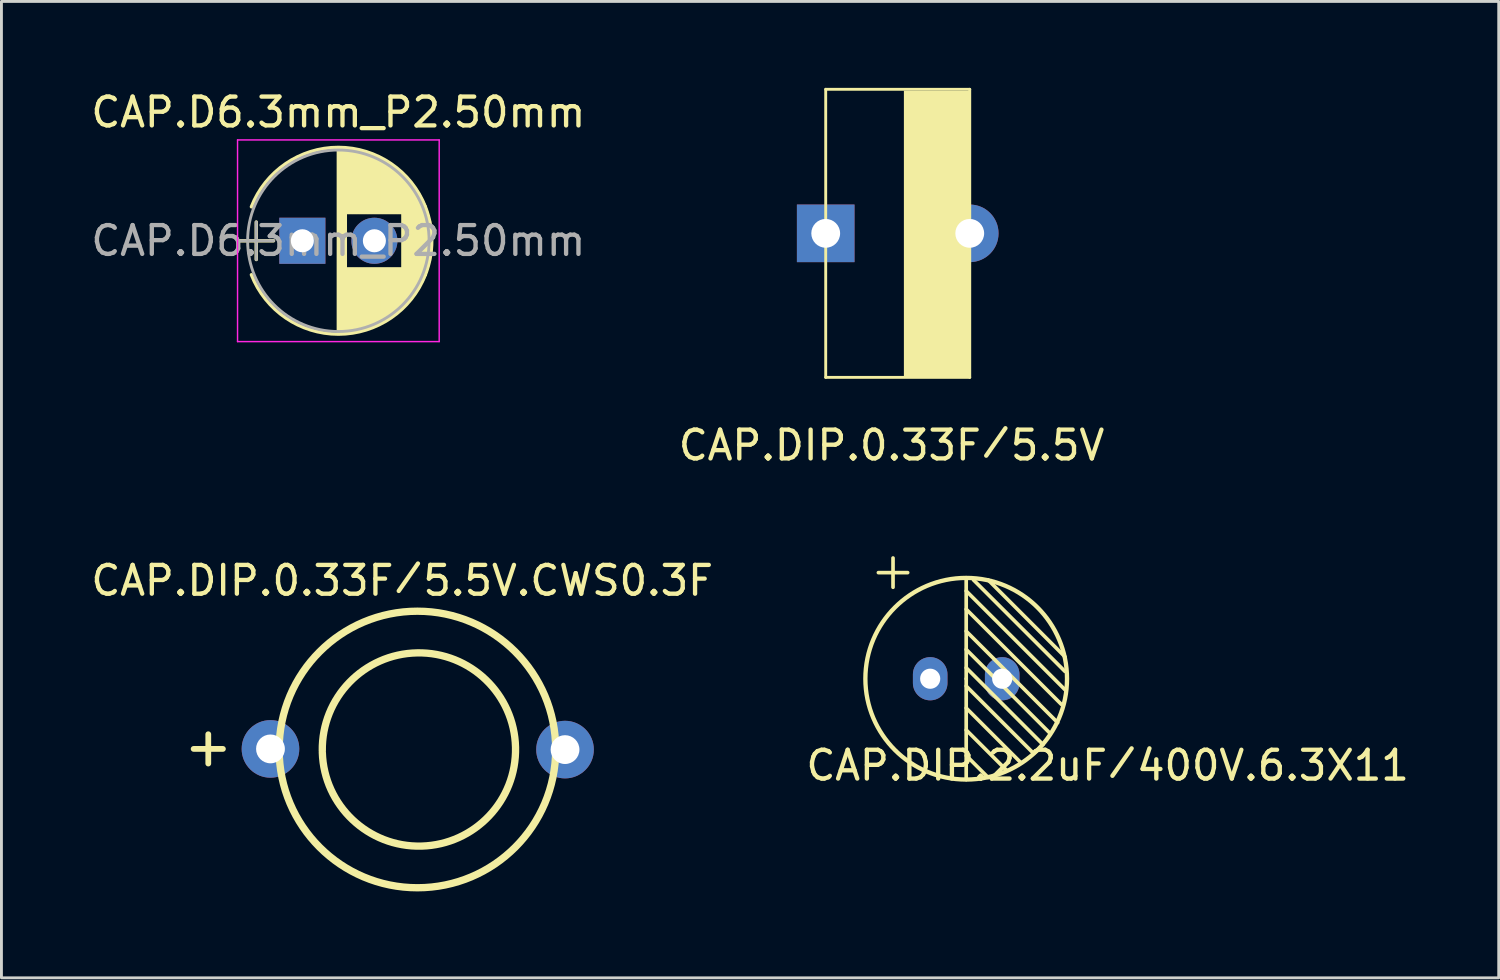
<source format=kicad_pcb>
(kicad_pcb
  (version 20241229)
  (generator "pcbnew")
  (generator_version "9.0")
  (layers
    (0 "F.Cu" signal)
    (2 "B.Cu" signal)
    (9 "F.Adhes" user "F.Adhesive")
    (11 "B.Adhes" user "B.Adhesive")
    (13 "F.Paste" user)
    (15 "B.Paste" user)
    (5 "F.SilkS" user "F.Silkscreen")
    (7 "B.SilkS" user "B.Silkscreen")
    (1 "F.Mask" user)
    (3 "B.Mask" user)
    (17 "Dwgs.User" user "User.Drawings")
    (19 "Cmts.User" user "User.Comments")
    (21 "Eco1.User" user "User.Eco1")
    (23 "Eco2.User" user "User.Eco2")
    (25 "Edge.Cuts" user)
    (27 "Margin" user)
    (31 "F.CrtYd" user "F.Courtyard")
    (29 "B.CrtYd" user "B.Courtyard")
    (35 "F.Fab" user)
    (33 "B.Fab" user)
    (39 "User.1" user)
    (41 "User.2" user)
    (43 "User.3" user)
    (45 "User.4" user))
  (footprint "CAP.DIP.0.33F／5.5V.CWS0.3F"
    (layer "F.Cu")
    (at 11.038 22.883)
    (property "Reference" "CAP.DIP.0.33F／5.5V.CWS0.3F" (at -0.127 -5.779 0) (layer "F.SilkS") (effects (font (size 1 1) (thickness 0.15))))
    (attr through_hole)
    (fp_line (start -7.366 0.064) (end -6.35 0.064) (stroke (width 0.2) (type solid)) (layer "F.SilkS"))
    (fp_line (start -6.858 0.572) (end -6.858 -0.445) (stroke (width 0.2) (type solid)) (layer "F.SilkS"))
    (fp_arc (start -2.900193 0.134497) (mid 3.807822 0.014481) (end -2.899044 0.187177) (stroke (width 0.254) (type solid)) (layer "F.SilkS"))
    (fp_circle (center 0.402 0.084) (end 5.202 0.084) (stroke (width 0.254) (type solid)) (fill no) (layer "F.SilkS"))
    (pad "1" thru_hole circle (at -4.699 0.064 180) (size 2 2) (drill 1) (layers "*.Cu" "*.Mask"))
    (pad "2" thru_hole circle (at 5.526 0.088 180) (size 2 2) (drill 1) (layers "*.Cu" "*.Mask")))
  (footprint "CAP.DIP.0.33F／5.5V"
    (layer "F.Cu")
    (at 27.556 5.329)
    (property "Reference" "CAP.DIP.0.33F／5.5V" (at 0.343 7.079 0) (layer "F.SilkS") (effects (font (size 1 1) (thickness 0.15))))
    (attr through_hole)
    (fp_line (start -1.943 -5.279) (end 3.057 -5.279) (stroke (width 0.1) (type solid)) (layer "F.SilkS"))
    (fp_line (start -1.943 4.721) (end -1.943 -5.279) (stroke (width 0.1) (type solid)) (layer "F.SilkS"))
    (fp_line (start -1.943 4.721) (end 3.057 4.721) (stroke (width 0.1) (type solid)) (layer "F.SilkS"))
    (fp_line (start 3.057 4.721) (end 3.057 -5.279) (stroke (width 0.1) (type solid)) (layer "F.SilkS"))
    (fp_poly (pts (xy 0.771 4.721) (xy 3.057 4.721) (xy 3.057 -5.232) (xy 0.771 -5.232)) (stroke (width 0) (type solid)) (fill yes) (layer "F.SilkS"))
    (pad "1" thru_hole rect (at -1.943 -0.279) (size 2 2) (drill 1) (layers "*.Cu" "*.Mask"))
    (pad "2" thru_hole circle (at 3.057 -0.279) (size 2 2) (drill 1) (layers "*.Cu" "*.Mask")))
  (footprint "CAP.D6.3mm_P2.50mm"
    (layer "F.Cu")
    (at 7.446 5.308)
    (property "Reference" "CAP.D6.3mm_P2.50mm" (at 1.25 -4.46 0) (layer "F.SilkS") (effects (font (size 1 1) (thickness 0.15))))
    (attr through_hole)
    (fp_line (start -2.2 0) (end -1 0) (stroke (width 0.12) (type solid)) (layer "F.SilkS"))
    (fp_line (start -1.6 -0.65) (end -1.6 0.65) (stroke (width 0.12) (type solid)) (layer "F.SilkS"))
    (fp_line (start 1.25 -3.2) (end 1.25 3.2) (stroke (width 0.12) (type solid)) (layer "F.SilkS"))
    (fp_line (start 1.29 -3.2) (end 1.29 3.2) (stroke (width 0.12) (type solid)) (layer "F.SilkS"))
    (fp_line (start 1.33 -3.2) (end 1.33 3.2) (stroke (width 0.12) (type solid)) (layer "F.SilkS"))
    (fp_line (start 1.37 -3.198) (end 1.37 3.198) (stroke (width 0.12) (type solid)) (layer "F.SilkS"))
    (fp_line (start 1.41 -3.197) (end 1.41 3.197) (stroke (width 0.12) (type solid)) (layer "F.SilkS"))
    (fp_line (start 1.45 -3.194) (end 1.45 3.194) (stroke (width 0.12) (type solid)) (layer "F.SilkS"))
    (fp_line (start 1.49 -3.192) (end 1.49 3.192) (stroke (width 0.12) (type solid)) (layer "F.SilkS"))
    (fp_line (start 1.53 -3.188) (end 1.53 -0.98) (stroke (width 0.12) (type solid)) (layer "F.SilkS"))
    (fp_line (start 1.53 0.98) (end 1.53 3.188) (stroke (width 0.12) (type solid)) (layer "F.SilkS"))
    (fp_line (start 1.57 -3.185) (end 1.57 -0.98) (stroke (width 0.12) (type solid)) (layer "F.SilkS"))
    (fp_line (start 1.57 0.98) (end 1.57 3.185) (stroke (width 0.12) (type solid)) (layer "F.SilkS"))
    (fp_line (start 1.61 -3.18) (end 1.61 -0.98) (stroke (width 0.12) (type solid)) (layer "F.SilkS"))
    (fp_line (start 1.61 0.98) (end 1.61 3.18) (stroke (width 0.12) (type solid)) (layer "F.SilkS"))
    (fp_line (start 1.65 -3.176) (end 1.65 -0.98) (stroke (width 0.12) (type solid)) (layer "F.SilkS"))
    (fp_line (start 1.65 0.98) (end 1.65 3.176) (stroke (width 0.12) (type solid)) (layer "F.SilkS"))
    (fp_line (start 1.69 -3.17) (end 1.69 -0.98) (stroke (width 0.12) (type solid)) (layer "F.SilkS"))
    (fp_line (start 1.69 0.98) (end 1.69 3.17) (stroke (width 0.12) (type solid)) (layer "F.SilkS"))
    (fp_line (start 1.73 -3.165) (end 1.73 -0.98) (stroke (width 0.12) (type solid)) (layer "F.SilkS"))
    (fp_line (start 1.73 0.98) (end 1.73 3.165) (stroke (width 0.12) (type solid)) (layer "F.SilkS"))
    (fp_line (start 1.77 -3.158) (end 1.77 -0.98) (stroke (width 0.12) (type solid)) (layer "F.SilkS"))
    (fp_line (start 1.77 0.98) (end 1.77 3.158) (stroke (width 0.12) (type solid)) (layer "F.SilkS"))
    (fp_line (start 1.81 -3.152) (end 1.81 -0.98) (stroke (width 0.12) (type solid)) (layer "F.SilkS"))
    (fp_line (start 1.81 0.98) (end 1.81 3.152) (stroke (width 0.12) (type solid)) (layer "F.SilkS"))
    (fp_line (start 1.85 -3.144) (end 1.85 -0.98) (stroke (width 0.12) (type solid)) (layer "F.SilkS"))
    (fp_line (start 1.85 0.98) (end 1.85 3.144) (stroke (width 0.12) (type solid)) (layer "F.SilkS"))
    (fp_line (start 1.89 -3.137) (end 1.89 -0.98) (stroke (width 0.12) (type solid)) (layer "F.SilkS"))
    (fp_line (start 1.89 0.98) (end 1.89 3.137) (stroke (width 0.12) (type solid)) (layer "F.SilkS"))
    (fp_line (start 1.93 -3.128) (end 1.93 -0.98) (stroke (width 0.12) (type solid)) (layer "F.SilkS"))
    (fp_line (start 1.93 0.98) (end 1.93 3.128) (stroke (width 0.12) (type solid)) (layer "F.SilkS"))
    (fp_line (start 1.971 -3.119) (end 1.971 -0.98) (stroke (width 0.12) (type solid)) (layer "F.SilkS"))
    (fp_line (start 1.971 0.98) (end 1.971 3.119) (stroke (width 0.12) (type solid)) (layer "F.SilkS"))
    (fp_line (start 2.011 -3.11) (end 2.011 -0.98) (stroke (width 0.12) (type solid)) (layer "F.SilkS"))
    (fp_line (start 2.011 0.98) (end 2.011 3.11) (stroke (width 0.12) (type solid)) (layer "F.SilkS"))
    (fp_line (start 2.051 -3.1) (end 2.051 -0.98) (stroke (width 0.12) (type solid)) (layer "F.SilkS"))
    (fp_line (start 2.051 0.98) (end 2.051 3.1) (stroke (width 0.12) (type solid)) (layer "F.SilkS"))
    (fp_line (start 2.091 -3.09) (end 2.091 -0.98) (stroke (width 0.12) (type solid)) (layer "F.SilkS"))
    (fp_line (start 2.091 0.98) (end 2.091 3.09) (stroke (width 0.12) (type solid)) (layer "F.SilkS"))
    (fp_line (start 2.131 -3.079) (end 2.131 -0.98) (stroke (width 0.12) (type solid)) (layer "F.SilkS"))
    (fp_line (start 2.131 0.98) (end 2.131 3.079) (stroke (width 0.12) (type solid)) (layer "F.SilkS"))
    (fp_line (start 2.171 -3.067) (end 2.171 -0.98) (stroke (width 0.12) (type solid)) (layer "F.SilkS"))
    (fp_line (start 2.171 0.98) (end 2.171 3.067) (stroke (width 0.12) (type solid)) (layer "F.SilkS"))
    (fp_line (start 2.211 -3.055) (end 2.211 -0.98) (stroke (width 0.12) (type solid)) (layer "F.SilkS"))
    (fp_line (start 2.211 0.98) (end 2.211 3.055) (stroke (width 0.12) (type solid)) (layer "F.SilkS"))
    (fp_line (start 2.251 -3.042) (end 2.251 -0.98) (stroke (width 0.12) (type solid)) (layer "F.SilkS"))
    (fp_line (start 2.251 0.98) (end 2.251 3.042) (stroke (width 0.12) (type solid)) (layer "F.SilkS"))
    (fp_line (start 2.291 -3.029) (end 2.291 -0.98) (stroke (width 0.12) (type solid)) (layer "F.SilkS"))
    (fp_line (start 2.291 0.98) (end 2.291 3.029) (stroke (width 0.12) (type solid)) (layer "F.SilkS"))
    (fp_line (start 2.331 -3.015) (end 2.331 -0.98) (stroke (width 0.12) (type solid)) (layer "F.SilkS"))
    (fp_line (start 2.331 0.98) (end 2.331 3.015) (stroke (width 0.12) (type solid)) (layer "F.SilkS"))
    (fp_line (start 2.371 -3.001) (end 2.371 -0.98) (stroke (width 0.12) (type solid)) (layer "F.SilkS"))
    (fp_line (start 2.371 0.98) (end 2.371 3.001) (stroke (width 0.12) (type solid)) (layer "F.SilkS"))
    (fp_line (start 2.411 -2.986) (end 2.411 -0.98) (stroke (width 0.12) (type solid)) (layer "F.SilkS"))
    (fp_line (start 2.411 0.98) (end 2.411 2.986) (stroke (width 0.12) (type solid)) (layer "F.SilkS"))
    (fp_line (start 2.451 -2.97) (end 2.451 -0.98) (stroke (width 0.12) (type solid)) (layer "F.SilkS"))
    (fp_line (start 2.451 0.98) (end 2.451 2.97) (stroke (width 0.12) (type solid)) (layer "F.SilkS"))
    (fp_line (start 2.491 -2.954) (end 2.491 -0.98) (stroke (width 0.12) (type solid)) (layer "F.SilkS"))
    (fp_line (start 2.491 0.98) (end 2.491 2.954) (stroke (width 0.12) (type solid)) (layer "F.SilkS"))
    (fp_line (start 2.531 -2.937) (end 2.531 -0.98) (stroke (width 0.12) (type solid)) (layer "F.SilkS"))
    (fp_line (start 2.531 0.98) (end 2.531 2.937) (stroke (width 0.12) (type solid)) (layer "F.SilkS"))
    (fp_line (start 2.571 -2.919) (end 2.571 -0.98) (stroke (width 0.12) (type solid)) (layer "F.SilkS"))
    (fp_line (start 2.571 0.98) (end 2.571 2.919) (stroke (width 0.12) (type solid)) (layer "F.SilkS"))
    (fp_line (start 2.611 -2.901) (end 2.611 -0.98) (stroke (width 0.12) (type solid)) (layer "F.SilkS"))
    (fp_line (start 2.611 0.98) (end 2.611 2.901) (stroke (width 0.12) (type solid)) (layer "F.SilkS"))
    (fp_line (start 2.651 -2.882) (end 2.651 -0.98) (stroke (width 0.12) (type solid)) (layer "F.SilkS"))
    (fp_line (start 2.651 0.98) (end 2.651 2.882) (stroke (width 0.12) (type solid)) (layer "F.SilkS"))
    (fp_line (start 2.691 -2.863) (end 2.691 -0.98) (stroke (width 0.12) (type solid)) (layer "F.SilkS"))
    (fp_line (start 2.691 0.98) (end 2.691 2.863) (stroke (width 0.12) (type solid)) (layer "F.SilkS"))
    (fp_line (start 2.731 -2.843) (end 2.731 -0.98) (stroke (width 0.12) (type solid)) (layer "F.SilkS"))
    (fp_line (start 2.731 0.98) (end 2.731 2.843) (stroke (width 0.12) (type solid)) (layer "F.SilkS"))
    (fp_line (start 2.771 -2.822) (end 2.771 -0.98) (stroke (width 0.12) (type solid)) (layer "F.SilkS"))
    (fp_line (start 2.771 0.98) (end 2.771 2.822) (stroke (width 0.12) (type solid)) (layer "F.SilkS"))
    (fp_line (start 2.811 -2.8) (end 2.811 -0.98) (stroke (width 0.12) (type solid)) (layer "F.SilkS"))
    (fp_line (start 2.811 0.98) (end 2.811 2.8) (stroke (width 0.12) (type solid)) (layer "F.SilkS"))
    (fp_line (start 2.851 -2.778) (end 2.851 -0.98) (stroke (width 0.12) (type solid)) (layer "F.SilkS"))
    (fp_line (start 2.851 0.98) (end 2.851 2.778) (stroke (width 0.12) (type solid)) (layer "F.SilkS"))
    (fp_line (start 2.891 -2.755) (end 2.891 -0.98) (stroke (width 0.12) (type solid)) (layer "F.SilkS"))
    (fp_line (start 2.891 0.98) (end 2.891 2.755) (stroke (width 0.12) (type solid)) (layer "F.SilkS"))
    (fp_line (start 2.931 -2.731) (end 2.931 -0.98) (stroke (width 0.12) (type solid)) (layer "F.SilkS"))
    (fp_line (start 2.931 0.98) (end 2.931 2.731) (stroke (width 0.12) (type solid)) (layer "F.SilkS"))
    (fp_line (start 2.971 -2.706) (end 2.971 -0.98) (stroke (width 0.12) (type solid)) (layer "F.SilkS"))
    (fp_line (start 2.971 0.98) (end 2.971 2.706) (stroke (width 0.12) (type solid)) (layer "F.SilkS"))
    (fp_line (start 3.011 -2.681) (end 3.011 -0.98) (stroke (width 0.12) (type solid)) (layer "F.SilkS"))
    (fp_line (start 3.011 0.98) (end 3.011 2.681) (stroke (width 0.12) (type solid)) (layer "F.SilkS"))
    (fp_line (start 3.051 -2.654) (end 3.051 -0.98) (stroke (width 0.12) (type solid)) (layer "F.SilkS"))
    (fp_line (start 3.051 0.98) (end 3.051 2.654) (stroke (width 0.12) (type solid)) (layer "F.SilkS"))
    (fp_line (start 3.091 -2.627) (end 3.091 -0.98) (stroke (width 0.12) (type solid)) (layer "F.SilkS"))
    (fp_line (start 3.091 0.98) (end 3.091 2.627) (stroke (width 0.12) (type solid)) (layer "F.SilkS"))
    (fp_line (start 3.131 -2.599) (end 3.131 -0.98) (stroke (width 0.12) (type solid)) (layer "F.SilkS"))
    (fp_line (start 3.131 0.98) (end 3.131 2.599) (stroke (width 0.12) (type solid)) (layer "F.SilkS"))
    (fp_line (start 3.171 -2.57) (end 3.171 -0.98) (stroke (width 0.12) (type solid)) (layer "F.SilkS"))
    (fp_line (start 3.171 0.98) (end 3.171 2.57) (stroke (width 0.12) (type solid)) (layer "F.SilkS"))
    (fp_line (start 3.211 -2.54) (end 3.211 -0.98) (stroke (width 0.12) (type solid)) (layer "F.SilkS"))
    (fp_line (start 3.211 0.98) (end 3.211 2.54) (stroke (width 0.12) (type solid)) (layer "F.SilkS"))
    (fp_line (start 3.251 -2.51) (end 3.251 -0.98) (stroke (width 0.12) (type solid)) (layer "F.SilkS"))
    (fp_line (start 3.251 0.98) (end 3.251 2.51) (stroke (width 0.12) (type solid)) (layer "F.SilkS"))
    (fp_line (start 3.291 -2.478) (end 3.291 -0.98) (stroke (width 0.12) (type solid)) (layer "F.SilkS"))
    (fp_line (start 3.291 0.98) (end 3.291 2.478) (stroke (width 0.12) (type solid)) (layer "F.SilkS"))
    (fp_line (start 3.331 -2.445) (end 3.331 -0.98) (stroke (width 0.12) (type solid)) (layer "F.SilkS"))
    (fp_line (start 3.331 0.98) (end 3.331 2.445) (stroke (width 0.12) (type solid)) (layer "F.SilkS"))
    (fp_line (start 3.371 -2.411) (end 3.371 -0.98) (stroke (width 0.12) (type solid)) (layer "F.SilkS"))
    (fp_line (start 3.371 0.98) (end 3.371 2.411) (stroke (width 0.12) (type solid)) (layer "F.SilkS"))
    (fp_line (start 3.411 -2.375) (end 3.411 -0.98) (stroke (width 0.12) (type solid)) (layer "F.SilkS"))
    (fp_line (start 3.411 0.98) (end 3.411 2.375) (stroke (width 0.12) (type solid)) (layer "F.SilkS"))
    (fp_line (start 3.451 -2.339) (end 3.451 -0.98) (stroke (width 0.12) (type solid)) (layer "F.SilkS"))
    (fp_line (start 3.451 0.98) (end 3.451 2.339) (stroke (width 0.12) (type solid)) (layer "F.SilkS"))
    (fp_line (start 3.491 -2.301) (end 3.491 2.301) (stroke (width 0.12) (type solid)) (layer "F.SilkS"))
    (fp_line (start 3.531 -2.262) (end 3.531 2.262) (stroke (width 0.12) (type solid)) (layer "F.SilkS"))
    (fp_line (start 3.571 -2.222) (end 3.571 2.222) (stroke (width 0.12) (type solid)) (layer "F.SilkS"))
    (fp_line (start 3.611 -2.18) (end 3.611 2.18) (stroke (width 0.12) (type solid)) (layer "F.SilkS"))
    (fp_line (start 3.651 -2.137) (end 3.651 2.137) (stroke (width 0.12) (type solid)) (layer "F.SilkS"))
    (fp_line (start 3.691 -2.092) (end 3.691 2.092) (stroke (width 0.12) (type solid)) (layer "F.SilkS"))
    (fp_line (start 3.731 -2.045) (end 3.731 2.045) (stroke (width 0.12) (type solid)) (layer "F.SilkS"))
    (fp_line (start 3.771 -1.997) (end 3.771 1.997) (stroke (width 0.12) (type solid)) (layer "F.SilkS"))
    (fp_line (start 3.811 -1.946) (end 3.811 1.946) (stroke (width 0.12) (type solid)) (layer "F.SilkS"))
    (fp_line (start 3.851 -1.894) (end 3.851 1.894) (stroke (width 0.12) (type solid)) (layer "F.SilkS"))
    (fp_line (start 3.891 -1.839) (end 3.891 1.839) (stroke (width 0.12) (type solid)) (layer "F.SilkS"))
    (fp_line (start 3.931 -1.781) (end 3.931 1.781) (stroke (width 0.12) (type solid)) (layer "F.SilkS"))
    (fp_line (start 3.971 -1.721) (end 3.971 1.721) (stroke (width 0.12) (type solid)) (layer "F.SilkS"))
    (fp_line (start 4.011 -1.658) (end 4.011 1.658) (stroke (width 0.12) (type solid)) (layer "F.SilkS"))
    (fp_line (start 4.051 -1.591) (end 4.051 1.591) (stroke (width 0.12) (type solid)) (layer "F.SilkS"))
    (fp_line (start 4.091 -1.52) (end 4.091 1.52) (stroke (width 0.12) (type solid)) (layer "F.SilkS"))
    (fp_line (start 4.131 -1.445) (end 4.131 1.445) (stroke (width 0.12) (type solid)) (layer "F.SilkS"))
    (fp_line (start 4.171 -1.364) (end 4.171 1.364) (stroke (width 0.12) (type solid)) (layer "F.SilkS"))
    (fp_line (start 4.211 -1.278) (end 4.211 1.278) (stroke (width 0.12) (type solid)) (layer "F.SilkS"))
    (fp_line (start 4.251 -1.184) (end 4.251 1.184) (stroke (width 0.12) (type solid)) (layer "F.SilkS"))
    (fp_line (start 4.291 -1.081) (end 4.291 1.081) (stroke (width 0.12) (type solid)) (layer "F.SilkS"))
    (fp_line (start 4.331 -0.966) (end 4.331 0.966) (stroke (width 0.12) (type solid)) (layer "F.SilkS"))
    (fp_line (start 4.371 -0.834) (end 4.371 0.834) (stroke (width 0.12) (type solid)) (layer "F.SilkS"))
    (fp_line (start 4.411 -0.676) (end 4.411 0.676) (stroke (width 0.12) (type solid)) (layer "F.SilkS"))
    (fp_line (start 4.451 -0.468) (end 4.451 0.468) (stroke (width 0.12) (type solid)) (layer "F.SilkS"))
    (fp_arc (start -1.767482 -1.18) (mid 1.250464 -3.24) (end 4.26782 -1.179135) (stroke (width 0.12) (type solid)) (layer "F.SilkS"))
    (fp_arc (start 4.267482 -1.18) (mid 4.49 -0.000464) (end 4.26782 1.179135) (stroke (width 0.12) (type solid)) (layer "F.SilkS"))
    (fp_arc (start 4.26782 1.179135) (mid 1.250464 3.239999) (end -1.767482 1.18) (stroke (width 0.12) (type solid)) (layer "F.SilkS"))
    (fp_line (start -2.25 -3.5) (end -2.25 3.5) (stroke (width 0.05) (type solid)) (layer "F.CrtYd"))
    (fp_line (start -2.25 3.5) (end 4.75 3.5) (stroke (width 0.05) (type solid)) (layer "F.CrtYd"))
    (fp_line (start 4.75 -3.5) (end -2.25 -3.5) (stroke (width 0.05) (type solid)) (layer "F.CrtYd"))
    (fp_line (start 4.75 3.5) (end 4.75 -3.5) (stroke (width 0.05) (type solid)) (layer "F.CrtYd"))
    (fp_line (start -2.2 0) (end -1 0) (stroke (width 0.1) (type solid)) (layer "F.Fab"))
    (fp_line (start -1.6 -0.65) (end -1.6 0.65) (stroke (width 0.1) (type solid)) (layer "F.Fab"))
    (fp_circle (center 1.25 0) (end 4.4 0) (stroke (width 0.1) (type solid)) (fill no) (layer "F.Fab"))
    (fp_text user "${REFERENCE}" (at 1.25 0 0) (layer "F.Fab") (effects (font (size 1 1) (thickness 0.15))))
    (pad "1" thru_hole rect (at 0 0) (size 1.6 1.6) (drill 0.8) (layers "*.Cu" "*.Mask"))
    (pad "2" thru_hole circle (at 2.5 0) (size 1.6 1.6) (drill 0.8) (layers "*.Cu" "*.Mask")))
  (footprint "CAP.DIP.2.2uF／400V.6.3X11"
    (layer "F.Cu")
    (at 30.497 20.676)
    (property "Reference" "CAP.DIP.2.2uF／400V.6.3X11" (at 4.902 2.845 0) (layer "F.SilkS") (effects (font (size 1 1) (thickness 0.15))))
    (attr through_hole)
    (fp_line (start -3.055 -3.848) (end -2.039 -3.848) (stroke (width 0.127) (type solid)) (layer "F.SilkS"))
    (fp_line (start -2.547 -4.356) (end -2.547 -3.34) (stroke (width 0.127) (type solid)) (layer "F.SilkS"))
    (fp_line (start -0.007 -3.594) (end -0.007 -0.165) (stroke (width 0.127) (type solid)) (layer "F.SilkS"))
    (fp_line (start -0.007 -3.213) (end 3.422 0.216) (stroke (width 0.127) (type solid)) (layer "F.SilkS"))
    (fp_line (start -0.007 -2.578) (end 3.295 0.724) (stroke (width 0.127) (type solid)) (layer "F.SilkS"))
    (fp_line (start -0.007 -1.816) (end 3.168 1.359) (stroke (width 0.127) (type solid)) (layer "F.SilkS"))
    (fp_line (start -0.007 -1.181) (end 2.914 1.74) (stroke (width 0.127) (type solid)) (layer "F.SilkS"))
    (fp_line (start -0.007 -0.546) (end 2.66 2.121) (stroke (width 0.127) (type solid)) (layer "F.SilkS"))
    (fp_line (start -0.007 -0.165) (end -0.007 3.335) (stroke (width 0.127) (type solid)) (layer "F.SilkS"))
    (fp_line (start -0.007 0.089) (end 2.279 2.375) (stroke (width 0.127) (type solid)) (layer "F.SilkS"))
    (fp_line (start -0.007 0.851) (end 1.898 2.756) (stroke (width 0.127) (type solid)) (layer "F.SilkS"))
    (fp_line (start -0.007 1.613) (end 1.39 3.01) (stroke (width 0.127) (type solid)) (layer "F.SilkS"))
    (fp_line (start -0.007 2.502) (end 0.755 3.264) (stroke (width 0.127) (type solid)) (layer "F.SilkS"))
    (fp_line (start 0.247 -3.594) (end 3.422 -0.419) (stroke (width 0.127) (type solid)) (layer "F.SilkS"))
    (fp_line (start 0.755 -3.594) (end 3.422 -0.927) (stroke (width 0.127) (type solid)) (layer "F.SilkS"))
    (fp_circle (center -0.007 -0.165) (end -0.007 3.335) (stroke (width 0.15) (type solid)) (fill no) (layer "F.SilkS"))
    (pad "1" thru_hole oval (at -1.257 -0.165 270) (size 1.5 1.2) (drill 0.7) (layers "*.Cu" "*.Mask"))
    (pad "2" thru_hole oval (at 1.243 -0.165 270) (size 1.5 1.2) (drill 0.7) (layers "*.Cu" "*.Mask")))
  (gr_rect
    (start -3 -3)
    (end 48.976 30.893)
    (stroke (width 0.1) (type default))
    (fill no)
    (layer "Edge.Cuts")))
</source>
